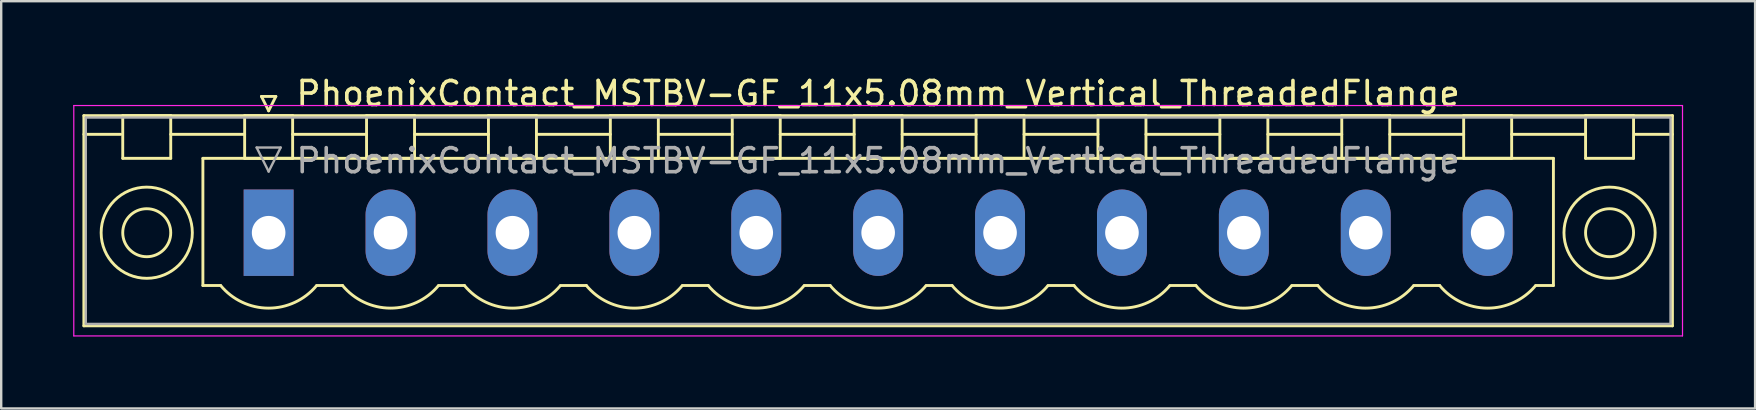
<source format=kicad_pcb>
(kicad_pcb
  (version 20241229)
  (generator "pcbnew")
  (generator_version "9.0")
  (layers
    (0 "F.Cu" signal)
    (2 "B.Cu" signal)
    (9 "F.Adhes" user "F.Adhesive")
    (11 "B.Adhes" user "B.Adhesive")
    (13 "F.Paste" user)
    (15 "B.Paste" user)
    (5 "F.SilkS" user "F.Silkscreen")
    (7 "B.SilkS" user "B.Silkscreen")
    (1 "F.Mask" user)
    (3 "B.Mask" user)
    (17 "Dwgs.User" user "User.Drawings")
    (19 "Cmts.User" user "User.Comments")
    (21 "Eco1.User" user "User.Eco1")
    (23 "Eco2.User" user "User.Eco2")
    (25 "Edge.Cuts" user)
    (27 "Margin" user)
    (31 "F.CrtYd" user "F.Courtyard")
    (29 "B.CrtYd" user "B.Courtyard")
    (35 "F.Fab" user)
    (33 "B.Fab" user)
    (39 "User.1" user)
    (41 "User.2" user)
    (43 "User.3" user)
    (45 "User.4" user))
  (footprint "PhoenixContact_MSTBV-GF_11x5.08mm_Vertical_ThreadedFlange"
    (layer "F.Cu")
    (at 8.145 6.648)
    (property "Reference" "PhoenixContact_MSTBV-GF_11x5.08mm_Vertical_ThreadedFlange" (at 25.4 -5.8 0) (layer "F.SilkS") (effects (font (size 1 1) (thickness 0.15))))
    (attr through_hole)
    (fp_line (start -7.7 -4.88) (end -7.7 3.88) (stroke (width 0.12) (type solid)) (layer "F.SilkS"))
    (fp_line (start -7.7 -4.1) (end -6.16 -4.1) (stroke (width 0.12) (type solid)) (layer "F.SilkS"))
    (fp_line (start -7.7 3.88) (end 58.5 3.88) (stroke (width 0.12) (type solid)) (layer "F.SilkS"))
    (fp_line (start -6.08 -4.88) (end -4.08 -4.88) (stroke (width 0.12) (type solid)) (layer "F.SilkS"))
    (fp_line (start -6.08 -3.1) (end -6.08 -4.88) (stroke (width 0.12) (type solid)) (layer "F.SilkS"))
    (fp_line (start -4.08 -4.88) (end -4.08 -3.1) (stroke (width 0.12) (type solid)) (layer "F.SilkS"))
    (fp_line (start -4.08 -4.1) (end -1 -4.1) (stroke (width 0.12) (type solid)) (layer "F.SilkS"))
    (fp_line (start -4.08 -3.1) (end -6.08 -3.1) (stroke (width 0.12) (type solid)) (layer "F.SilkS"))
    (fp_line (start -2.74 -3.1) (end 53.54 -3.1) (stroke (width 0.12) (type solid)) (layer "F.SilkS"))
    (fp_line (start -2.74 2.2) (end -2.74 -3.1) (stroke (width 0.12) (type solid)) (layer "F.SilkS"))
    (fp_line (start -2 2.2) (end -2.74 2.2) (stroke (width 0.12) (type solid)) (layer "F.SilkS"))
    (fp_line (start -1 -4.88) (end 1 -4.88) (stroke (width 0.12) (type solid)) (layer "F.SilkS"))
    (fp_line (start -1 -3.1) (end -1 -4.88) (stroke (width 0.12) (type solid)) (layer "F.SilkS"))
    (fp_line (start -0.3 -5.68) (end 0.3 -5.68) (stroke (width 0.12) (type solid)) (layer "F.SilkS"))
    (fp_line (start 0 -5.08) (end -0.3 -5.68) (stroke (width 0.12) (type solid)) (layer "F.SilkS"))
    (fp_line (start 0.3 -5.68) (end 0 -5.08) (stroke (width 0.12) (type solid)) (layer "F.SilkS"))
    (fp_line (start 1 -4.88) (end 1 -3.1) (stroke (width 0.12) (type solid)) (layer "F.SilkS"))
    (fp_line (start 1 -4.1) (end 4.08 -4.1) (stroke (width 0.12) (type solid)) (layer "F.SilkS"))
    (fp_line (start 1 -3.1) (end -1 -3.1) (stroke (width 0.12) (type solid)) (layer "F.SilkS"))
    (fp_line (start 2 2.2) (end 3.08 2.2) (stroke (width 0.12) (type solid)) (layer "F.SilkS"))
    (fp_line (start 4.08 -4.88) (end 6.08 -4.88) (stroke (width 0.12) (type solid)) (layer "F.SilkS"))
    (fp_line (start 4.08 -3.1) (end 4.08 -4.88) (stroke (width 0.12) (type solid)) (layer "F.SilkS"))
    (fp_line (start 6.08 -4.88) (end 6.08 -3.1) (stroke (width 0.12) (type solid)) (layer "F.SilkS"))
    (fp_line (start 6.08 -4.1) (end 9.16 -4.1) (stroke (width 0.12) (type solid)) (layer "F.SilkS"))
    (fp_line (start 6.08 -3.1) (end 4.08 -3.1) (stroke (width 0.12) (type solid)) (layer "F.SilkS"))
    (fp_line (start 7.08 2.2) (end 8.16 2.2) (stroke (width 0.12) (type solid)) (layer "F.SilkS"))
    (fp_line (start 9.16 -4.88) (end 11.16 -4.88) (stroke (width 0.12) (type solid)) (layer "F.SilkS"))
    (fp_line (start 9.16 -3.1) (end 9.16 -4.88) (stroke (width 0.12) (type solid)) (layer "F.SilkS"))
    (fp_line (start 11.16 -4.88) (end 11.16 -3.1) (stroke (width 0.12) (type solid)) (layer "F.SilkS"))
    (fp_line (start 11.16 -4.1) (end 14.24 -4.1) (stroke (width 0.12) (type solid)) (layer "F.SilkS"))
    (fp_line (start 11.16 -3.1) (end 9.16 -3.1) (stroke (width 0.12) (type solid)) (layer "F.SilkS"))
    (fp_line (start 12.16 2.2) (end 13.24 2.2) (stroke (width 0.12) (type solid)) (layer "F.SilkS"))
    (fp_line (start 14.24 -4.88) (end 16.24 -4.88) (stroke (width 0.12) (type solid)) (layer "F.SilkS"))
    (fp_line (start 14.24 -3.1) (end 14.24 -4.88) (stroke (width 0.12) (type solid)) (layer "F.SilkS"))
    (fp_line (start 16.24 -4.88) (end 16.24 -3.1) (stroke (width 0.12) (type solid)) (layer "F.SilkS"))
    (fp_line (start 16.24 -4.1) (end 19.32 -4.1) (stroke (width 0.12) (type solid)) (layer "F.SilkS"))
    (fp_line (start 16.24 -3.1) (end 14.24 -3.1) (stroke (width 0.12) (type solid)) (layer "F.SilkS"))
    (fp_line (start 17.24 2.2) (end 18.32 2.2) (stroke (width 0.12) (type solid)) (layer "F.SilkS"))
    (fp_line (start 19.32 -4.88) (end 21.32 -4.88) (stroke (width 0.12) (type solid)) (layer "F.SilkS"))
    (fp_line (start 19.32 -3.1) (end 19.32 -4.88) (stroke (width 0.12) (type solid)) (layer "F.SilkS"))
    (fp_line (start 21.32 -4.88) (end 21.32 -3.1) (stroke (width 0.12) (type solid)) (layer "F.SilkS"))
    (fp_line (start 21.32 -4.1) (end 24.4 -4.1) (stroke (width 0.12) (type solid)) (layer "F.SilkS"))
    (fp_line (start 21.32 -3.1) (end 19.32 -3.1) (stroke (width 0.12) (type solid)) (layer "F.SilkS"))
    (fp_line (start 22.32 2.2) (end 23.4 2.2) (stroke (width 0.12) (type solid)) (layer "F.SilkS"))
    (fp_line (start 24.4 -4.88) (end 26.4 -4.88) (stroke (width 0.12) (type solid)) (layer "F.SilkS"))
    (fp_line (start 24.4 -3.1) (end 24.4 -4.88) (stroke (width 0.12) (type solid)) (layer "F.SilkS"))
    (fp_line (start 26.4 -4.88) (end 26.4 -3.1) (stroke (width 0.12) (type solid)) (layer "F.SilkS"))
    (fp_line (start 26.4 -4.1) (end 29.48 -4.1) (stroke (width 0.12) (type solid)) (layer "F.SilkS"))
    (fp_line (start 26.4 -3.1) (end 24.4 -3.1) (stroke (width 0.12) (type solid)) (layer "F.SilkS"))
    (fp_line (start 27.4 2.2) (end 28.48 2.2) (stroke (width 0.12) (type solid)) (layer "F.SilkS"))
    (fp_line (start 29.48 -4.88) (end 31.48 -4.88) (stroke (width 0.12) (type solid)) (layer "F.SilkS"))
    (fp_line (start 29.48 -3.1) (end 29.48 -4.88) (stroke (width 0.12) (type solid)) (layer "F.SilkS"))
    (fp_line (start 31.48 -4.88) (end 31.48 -3.1) (stroke (width 0.12) (type solid)) (layer "F.SilkS"))
    (fp_line (start 31.48 -4.1) (end 34.56 -4.1) (stroke (width 0.12) (type solid)) (layer "F.SilkS"))
    (fp_line (start 31.48 -3.1) (end 29.48 -3.1) (stroke (width 0.12) (type solid)) (layer "F.SilkS"))
    (fp_line (start 32.48 2.2) (end 33.56 2.2) (stroke (width 0.12) (type solid)) (layer "F.SilkS"))
    (fp_line (start 34.56 -4.88) (end 36.56 -4.88) (stroke (width 0.12) (type solid)) (layer "F.SilkS"))
    (fp_line (start 34.56 -3.1) (end 34.56 -4.88) (stroke (width 0.12) (type solid)) (layer "F.SilkS"))
    (fp_line (start 36.56 -4.88) (end 36.56 -3.1) (stroke (width 0.12) (type solid)) (layer "F.SilkS"))
    (fp_line (start 36.56 -4.1) (end 39.64 -4.1) (stroke (width 0.12) (type solid)) (layer "F.SilkS"))
    (fp_line (start 36.56 -3.1) (end 34.56 -3.1) (stroke (width 0.12) (type solid)) (layer "F.SilkS"))
    (fp_line (start 37.56 2.2) (end 38.64 2.2) (stroke (width 0.12) (type solid)) (layer "F.SilkS"))
    (fp_line (start 39.64 -4.88) (end 41.64 -4.88) (stroke (width 0.12) (type solid)) (layer "F.SilkS"))
    (fp_line (start 39.64 -3.1) (end 39.64 -4.88) (stroke (width 0.12) (type solid)) (layer "F.SilkS"))
    (fp_line (start 41.64 -4.88) (end 41.64 -3.1) (stroke (width 0.12) (type solid)) (layer "F.SilkS"))
    (fp_line (start 41.64 -4.1) (end 44.72 -4.1) (stroke (width 0.12) (type solid)) (layer "F.SilkS"))
    (fp_line (start 41.64 -3.1) (end 39.64 -3.1) (stroke (width 0.12) (type solid)) (layer "F.SilkS"))
    (fp_line (start 42.64 2.2) (end 43.72 2.2) (stroke (width 0.12) (type solid)) (layer "F.SilkS"))
    (fp_line (start 44.72 -4.88) (end 46.72 -4.88) (stroke (width 0.12) (type solid)) (layer "F.SilkS"))
    (fp_line (start 44.72 -3.1) (end 44.72 -4.88) (stroke (width 0.12) (type solid)) (layer "F.SilkS"))
    (fp_line (start 46.72 -4.88) (end 46.72 -3.1) (stroke (width 0.12) (type solid)) (layer "F.SilkS"))
    (fp_line (start 46.72 -4.1) (end 49.8 -4.1) (stroke (width 0.12) (type solid)) (layer "F.SilkS"))
    (fp_line (start 46.72 -3.1) (end 44.72 -3.1) (stroke (width 0.12) (type solid)) (layer "F.SilkS"))
    (fp_line (start 47.72 2.2) (end 48.8 2.2) (stroke (width 0.12) (type solid)) (layer "F.SilkS"))
    (fp_line (start 49.8 -4.88) (end 51.8 -4.88) (stroke (width 0.12) (type solid)) (layer "F.SilkS"))
    (fp_line (start 49.8 -3.1) (end 49.8 -4.88) (stroke (width 0.12) (type solid)) (layer "F.SilkS"))
    (fp_line (start 51.8 -4.88) (end 51.8 -3.1) (stroke (width 0.12) (type solid)) (layer "F.SilkS"))
    (fp_line (start 51.8 -4.1) (end 54.88 -4.1) (stroke (width 0.12) (type solid)) (layer "F.SilkS"))
    (fp_line (start 51.8 -3.1) (end 49.8 -3.1) (stroke (width 0.12) (type solid)) (layer "F.SilkS"))
    (fp_line (start 53.54 -3.1) (end 53.54 2.2) (stroke (width 0.12) (type solid)) (layer "F.SilkS"))
    (fp_line (start 53.54 2.2) (end 52.8 2.2) (stroke (width 0.12) (type solid)) (layer "F.SilkS"))
    (fp_line (start 54.88 -4.88) (end 56.88 -4.88) (stroke (width 0.12) (type solid)) (layer "F.SilkS"))
    (fp_line (start 54.88 -3.1) (end 54.88 -4.88) (stroke (width 0.12) (type solid)) (layer "F.SilkS"))
    (fp_line (start 56.88 -4.88) (end 56.88 -3.1) (stroke (width 0.12) (type solid)) (layer "F.SilkS"))
    (fp_line (start 56.88 -3.1) (end 54.88 -3.1) (stroke (width 0.12) (type solid)) (layer "F.SilkS"))
    (fp_line (start 58.5 -4.88) (end -7.7 -4.88) (stroke (width 0.12) (type solid)) (layer "F.SilkS"))
    (fp_line (start 58.5 -4.1) (end 56.96 -4.1) (stroke (width 0.12) (type solid)) (layer "F.SilkS"))
    (fp_line (start 58.5 3.88) (end 58.5 -4.88) (stroke (width 0.12) (type solid)) (layer "F.SilkS"))
    (fp_arc (start 1.986842 2.215821) (mid -0.010289 3.142758) (end -2 2.2) (stroke (width 0.12) (type solid)) (layer "F.SilkS"))
    (fp_arc (start 7.066842 2.215821) (mid 5.069711 3.142758) (end 3.08 2.2) (stroke (width 0.12) (type solid)) (layer "F.SilkS"))
    (fp_arc (start 12.146842 2.215821) (mid 10.149711 3.142758) (end 8.16 2.2) (stroke (width 0.12) (type solid)) (layer "F.SilkS"))
    (fp_arc (start 17.226842 2.215821) (mid 15.229711 3.142758) (end 13.24 2.2) (stroke (width 0.12) (type solid)) (layer "F.SilkS"))
    (fp_arc (start 22.306842 2.215821) (mid 20.309711 3.142758) (end 18.32 2.2) (stroke (width 0.12) (type solid)) (layer "F.SilkS"))
    (fp_arc (start 27.386842 2.215821) (mid 25.389711 3.142758) (end 23.4 2.2) (stroke (width 0.12) (type solid)) (layer "F.SilkS"))
    (fp_arc (start 32.466842 2.215821) (mid 30.469711 3.142758) (end 28.48 2.2) (stroke (width 0.12) (type solid)) (layer "F.SilkS"))
    (fp_arc (start 37.546842 2.215821) (mid 35.549711 3.142758) (end 33.56 2.2) (stroke (width 0.12) (type solid)) (layer "F.SilkS"))
    (fp_arc (start 42.626842 2.215821) (mid 40.629711 3.142758) (end 38.64 2.2) (stroke (width 0.12) (type solid)) (layer "F.SilkS"))
    (fp_arc (start 47.706842 2.215821) (mid 45.709711 3.142758) (end 43.72 2.2) (stroke (width 0.12) (type solid)) (layer "F.SilkS"))
    (fp_arc (start 52.786842 2.215821) (mid 50.789711 3.142758) (end 48.8 2.2) (stroke (width 0.12) (type solid)) (layer "F.SilkS"))
    (fp_circle (center -5.08 0) (end -4.08 0) (stroke (width 0.12) (type solid)) (fill no) (layer "F.SilkS"))
    (fp_circle (center -5.08 0) (end -3.18 0) (stroke (width 0.12) (type solid)) (fill no) (layer "F.SilkS"))
    (fp_circle (center 55.88 0) (end 56.88 0) (stroke (width 0.12) (type solid)) (fill no) (layer "F.SilkS"))
    (fp_circle (center 55.88 0) (end 57.78 0) (stroke (width 0.12) (type solid)) (fill no) (layer "F.SilkS"))
    (fp_line (start -8.12 -5.3) (end -8.12 4.3) (stroke (width 0.05) (type solid)) (layer "F.CrtYd"))
    (fp_line (start -8.12 4.3) (end 58.92 4.3) (stroke (width 0.05) (type solid)) (layer "F.CrtYd"))
    (fp_line (start 58.92 -5.3) (end -8.12 -5.3) (stroke (width 0.05) (type solid)) (layer "F.CrtYd"))
    (fp_line (start 58.92 4.3) (end 58.92 -5.3) (stroke (width 0.05) (type solid)) (layer "F.CrtYd"))
    (fp_line (start -7.62 -4.8) (end -7.62 3.8) (stroke (width 0.1) (type solid)) (layer "F.Fab"))
    (fp_line (start -7.62 3.8) (end 58.42 3.8) (stroke (width 0.1) (type solid)) (layer "F.Fab"))
    (fp_line (start -0.5 -3.55) (end 0.5 -3.55) (stroke (width 0.1) (type solid)) (layer "F.Fab"))
    (fp_line (start 0 -2.55) (end -0.5 -3.55) (stroke (width 0.1) (type solid)) (layer "F.Fab"))
    (fp_line (start 0.5 -3.55) (end 0 -2.55) (stroke (width 0.1) (type solid)) (layer "F.Fab"))
    (fp_line (start 58.42 -4.8) (end -7.62 -4.8) (stroke (width 0.1) (type solid)) (layer "F.Fab"))
    (fp_line (start 58.42 3.8) (end 58.42 -4.8) (stroke (width 0.1) (type solid)) (layer "F.Fab"))
    (fp_text user "${REFERENCE}" (at 25.4 -3 0) (layer "F.Fab") (effects (font (size 1 1) (thickness 0.15))))
    (pad "1" thru_hole rect (at 0 0) (size 2.08 3.6) (drill 1.4) (layers "*.Cu" "*.Mask"))
    (pad "2" thru_hole oval (at 5.08 0) (size 2.08 3.6) (drill 1.4) (layers "*.Cu" "*.Mask"))
    (pad "3" thru_hole oval (at 10.16 0) (size 2.08 3.6) (drill 1.4) (layers "*.Cu" "*.Mask"))
    (pad "4" thru_hole oval (at 15.24 0) (size 2.08 3.6) (drill 1.4) (layers "*.Cu" "*.Mask"))
    (pad "5" thru_hole oval (at 20.32 0) (size 2.08 3.6) (drill 1.4) (layers "*.Cu" "*.Mask"))
    (pad "6" thru_hole oval (at 25.4 0) (size 2.08 3.6) (drill 1.4) (layers "*.Cu" "*.Mask"))
    (pad "7" thru_hole oval (at 30.48 0) (size 2.08 3.6) (drill 1.4) (layers "*.Cu" "*.Mask"))
    (pad "8" thru_hole oval (at 35.56 0) (size 2.08 3.6) (drill 1.4) (layers "*.Cu" "*.Mask"))
    (pad "9" thru_hole oval (at 40.64 0) (size 2.08 3.6) (drill 1.4) (layers "*.Cu" "*.Mask"))
    (pad "10" thru_hole oval (at 45.72 0) (size 2.08 3.6) (drill 1.4) (layers "*.Cu" "*.Mask"))
    (pad "11" thru_hole oval (at 50.8 0) (size 2.08 3.6) (drill 1.4) (layers "*.Cu" "*.Mask")))
  (gr_rect
    (start -3 -3)
    (end 70.09 13.973)
    (stroke (width 0.1) (type default))
    (fill no)
    (layer "Edge.Cuts")))
</source>
